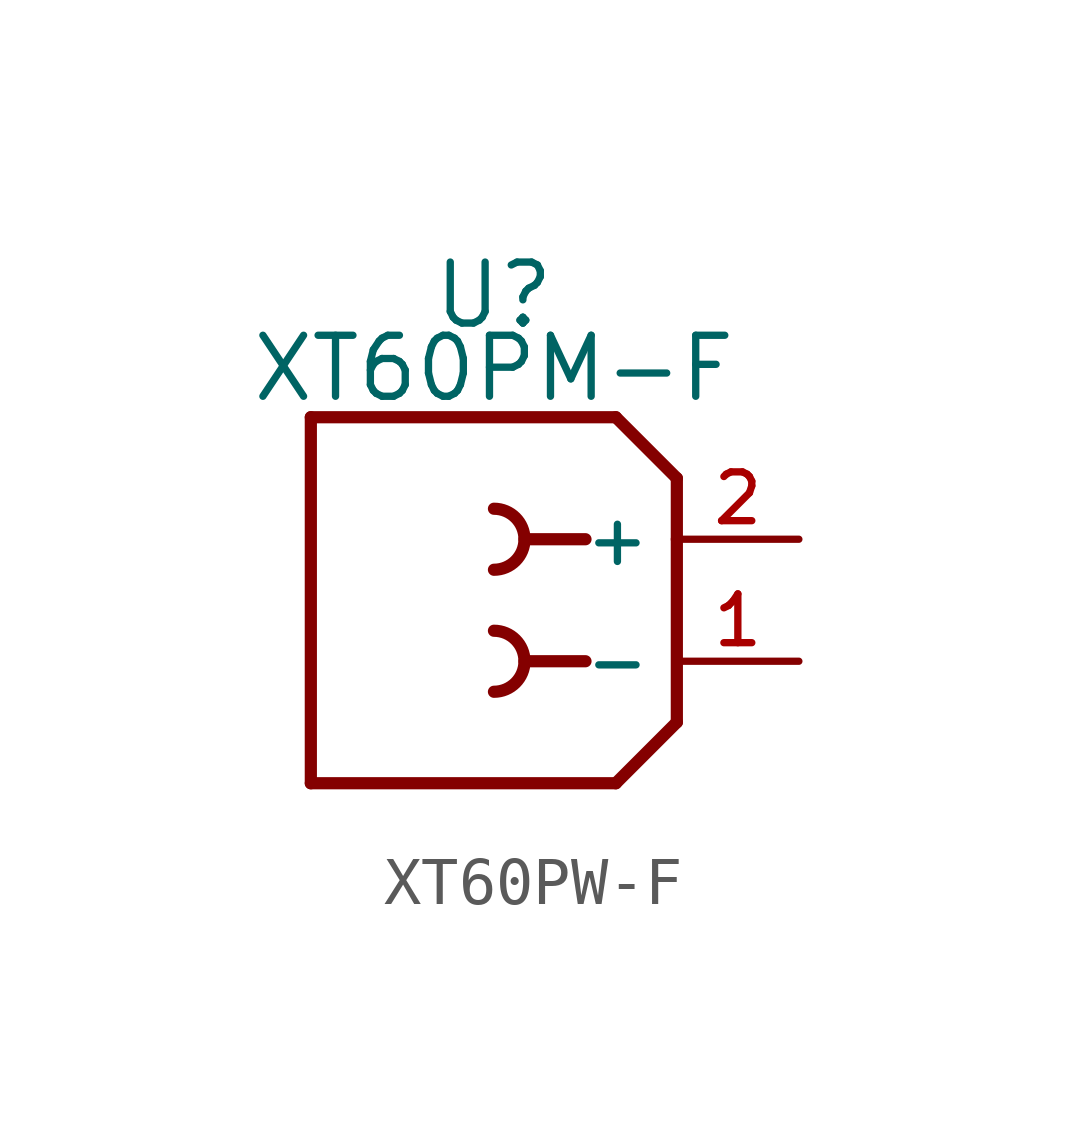
<source format=kicad_sym>
(kicad_symbol_lib
  (version 20231120)
  (generator "kicad_symbol_editor")
  (generator_version "8.0")
  (symbol "XT60PW-F"
    (property "Reference" "U"
      (at 0 0 0)
      (effects (font (size 1.27 1.27))))
    (property "Value" "XT60PM-F"
      (at 0 -1.524 0)
      (effects (font (size 1.27 1.27))))
    (symbol "XT60PW-F_0_0"
      (polyline (pts (xy -3.81 -10.16) (xy -3.81 -2.54)) (stroke (width 0.254) (type default)) (fill (type none)))
      (polyline (pts (xy -3.81 -2.54) (xy 2.54 -2.54)) (stroke (width 0.254) (type default)) (fill (type none)))
      (polyline (pts (xy 1.908 -7.62) (xy 0.638 -7.62)) (stroke (width 0.254) (type default)) (fill (type none)))
      (polyline (pts (xy 1.908 -5.08) (xy 0.638 -5.08)) (stroke (width 0.254) (type default)) (fill (type none)))
      (polyline (pts (xy 2.54 -10.16) (xy -3.81 -10.16)) (stroke (width 0.254) (type default)) (fill (type none)))
      (polyline (pts (xy 3.81 -8.89) (xy 2.54 -10.16)) (stroke (width 0.254) (type default)) (fill (type none)))
      (polyline (pts (xy 3.81 -5.08) (xy 3.81 -8.89)) (stroke (width 0.254) (type default)) (fill (type none)))
      (polyline (pts (xy 3.81 -3.81) (xy 2.54 -2.54)) (stroke (width 0.254) (type default)) (fill (type none)))
      (polyline (pts (xy 3.81 -3.81) (xy 3.81 -5.08)) (stroke (width 0.254) (type default)) (fill (type none)))
      (arc (start 0.0027 -8.255) (mid 0.635 -7.62) (end 0.0027 -6.985) (stroke (width 0.254) (type default)) (fill (type none)))
      (arc (start 0.0027 -5.715) (mid 0.635 -5.08) (end 0.0027 -4.445) (stroke (width 0.254) (type default)) (fill (type none))))
    (symbol "XT60PW-F_1_0"
      (pin power_in line (at 6.35 -7.62 180) (length 2.54) (name "-" (effects (font (size 1.016 1.016)))) (number "1" (effects (font (size 1.016 1.016)))))
      (pin power_in line (at 6.35 -5.08 180) (length 2.54) (name "+" (effects (font (size 1.016 1.016)))) (number "2" (effects (font (size 1.016 1.016))))))))
</source>
